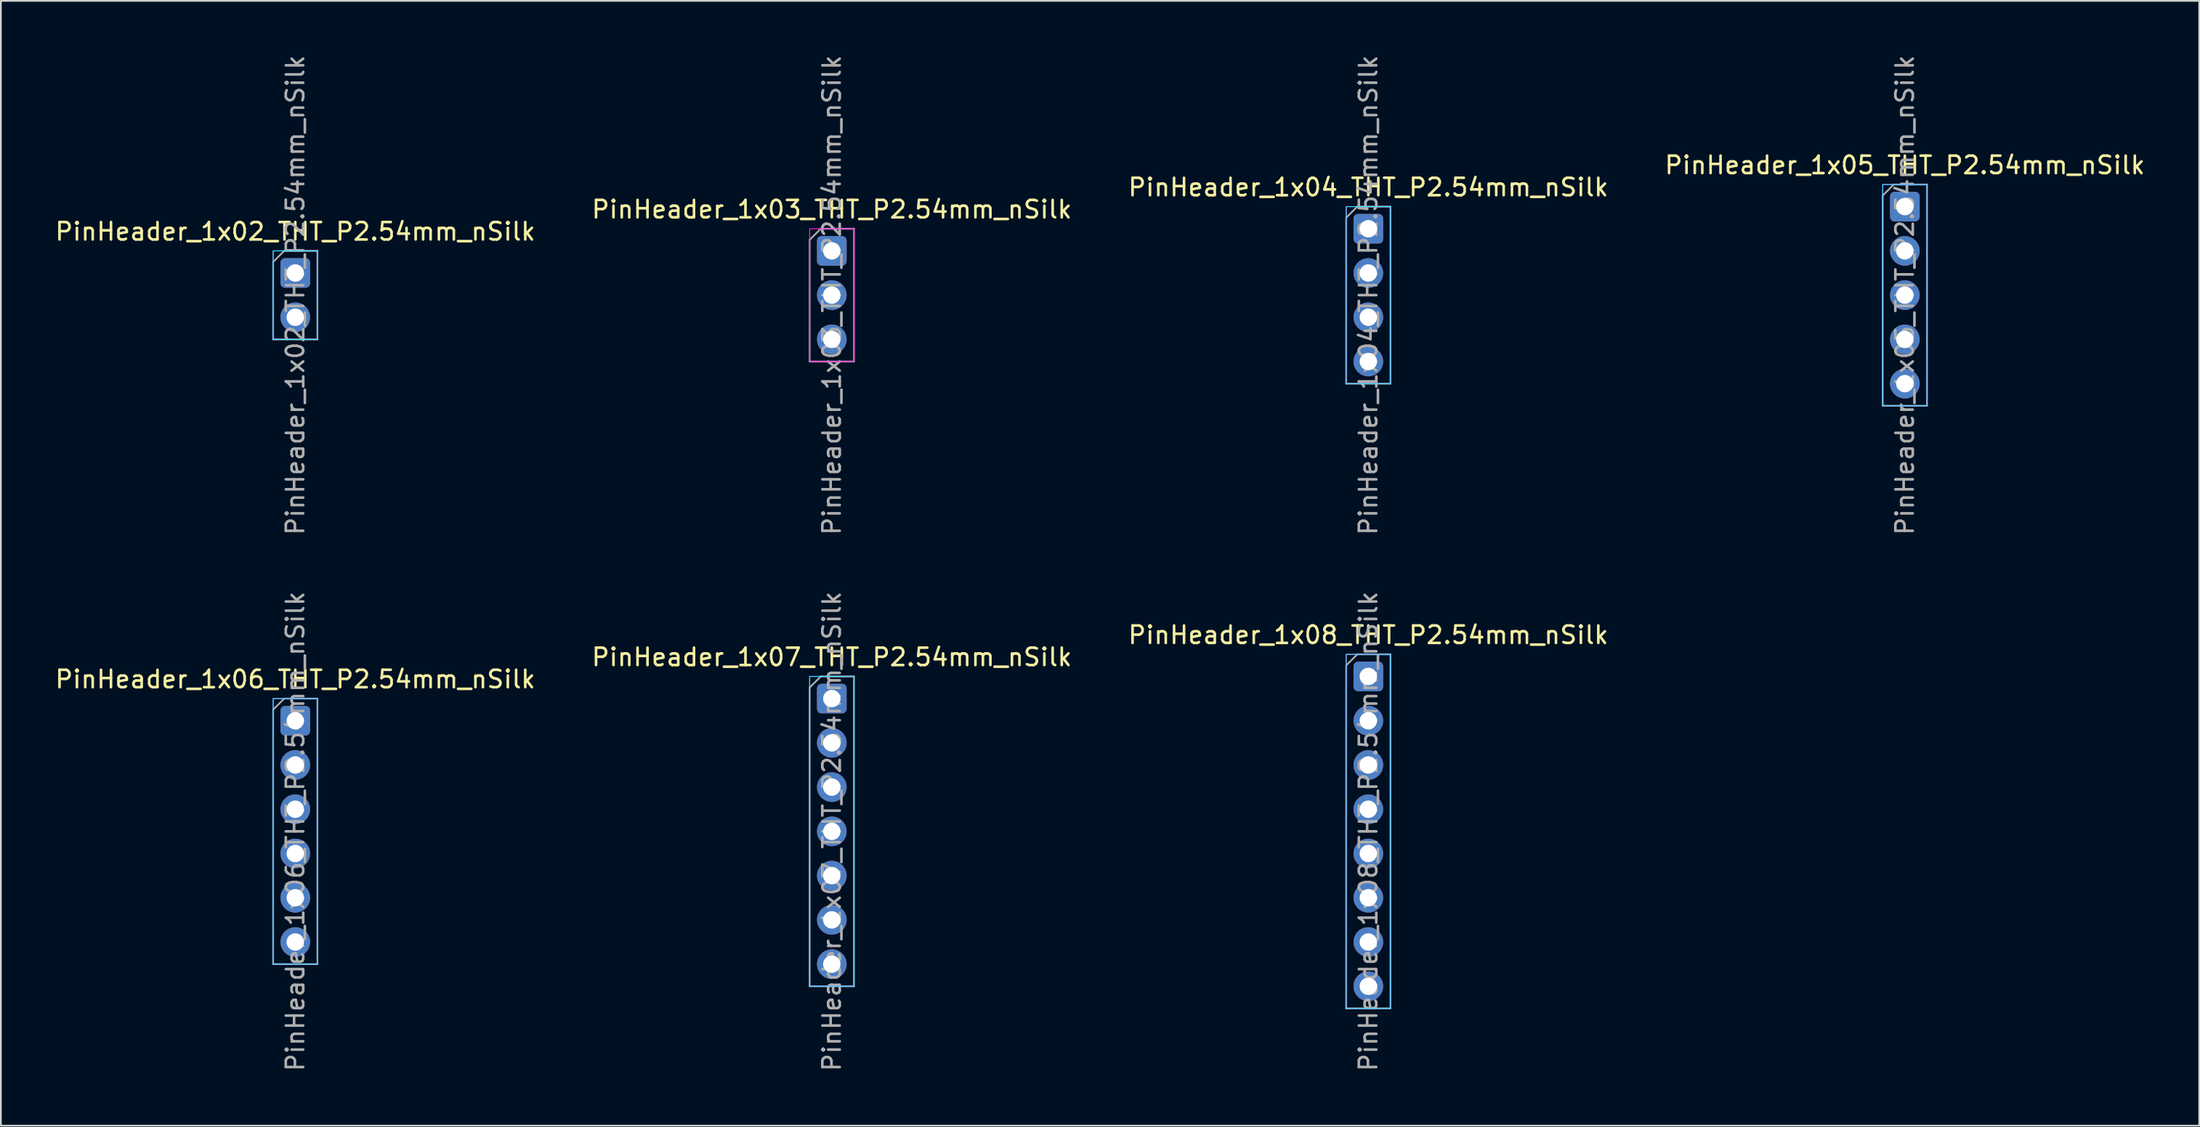
<source format=kicad_pcb>
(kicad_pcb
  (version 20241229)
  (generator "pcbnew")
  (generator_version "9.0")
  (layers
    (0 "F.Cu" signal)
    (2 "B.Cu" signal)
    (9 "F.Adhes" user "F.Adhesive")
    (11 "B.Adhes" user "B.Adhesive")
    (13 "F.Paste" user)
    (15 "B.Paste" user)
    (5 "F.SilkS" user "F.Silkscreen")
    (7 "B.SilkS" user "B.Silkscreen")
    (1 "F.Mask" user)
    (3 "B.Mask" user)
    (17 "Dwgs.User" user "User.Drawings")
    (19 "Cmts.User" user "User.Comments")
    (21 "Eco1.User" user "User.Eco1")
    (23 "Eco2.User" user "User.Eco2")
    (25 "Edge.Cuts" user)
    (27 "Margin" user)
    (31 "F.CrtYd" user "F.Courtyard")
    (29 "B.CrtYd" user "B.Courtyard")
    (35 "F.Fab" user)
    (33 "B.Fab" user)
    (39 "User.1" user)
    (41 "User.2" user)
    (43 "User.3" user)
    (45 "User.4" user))
  (footprint "PinHeader_1x04_THT_P2.54mm_nSilk"
    (layer "F.Cu")
    (at 75.435 10.077)
    (property "Reference" "PinHeader_1x04_THT_P2.54mm_nSilk" (at 0 -2.38 0) (layer "F.SilkS") (effects (font (size 1 1) (thickness 0.15))))
    (attr through_hole)
    (fp_rect (start -1.27 -1.27) (end 1.27 8.89) (stroke (width 0.05) (type default)) (fill no) (layer "B.CrtYd"))
    (fp_rect (start -1.27 -1.27) (end 1.27 8.89) (stroke (width 0.05) (type default)) (fill no) (layer "F.CrtYd"))
    (fp_line (start -1.27 -0.635) (end -0.635 -1.27) (stroke (width 0.1) (type solid)) (layer "F.Fab"))
    (fp_line (start -1.27 8.89) (end -1.27 -0.635) (stroke (width 0.1) (type solid)) (layer "F.Fab"))
    (fp_line (start -0.635 -1.27) (end 1.27 -1.27) (stroke (width 0.1) (type solid)) (layer "F.Fab"))
    (fp_line (start 1.27 -1.27) (end 1.27 8.89) (stroke (width 0.1) (type solid)) (layer "F.Fab"))
    (fp_line (start 1.27 8.89) (end -1.27 8.89) (stroke (width 0.1) (type solid)) (layer "F.Fab"))
    (fp_text user "${REFERENCE}" (at 0 3.81 90) (layer "F.Fab") (effects (font (size 1 1) (thickness 0.15))))
    (pad "1" thru_hole roundrect (at 0 0) (size 1.7 1.7) (drill 1) (layers "*.Cu" "*.Mask") (roundrect_rratio 0.15))
    (pad "2" thru_hole circle (at 0 2.54) (size 1.7 1.7) (drill 1) (layers "*.Cu" "*.Mask"))
    (pad "3" thru_hole circle (at 0 5.08) (size 1.7 1.7) (drill 1) (layers "*.Cu" "*.Mask"))
    (pad "4" thru_hole circle (at 0 7.62) (size 1.7 1.7) (drill 1) (layers "*.Cu" "*.Mask")))
  (footprint "PinHeader_1x05_THT_P2.54mm_nSilk"
    (layer "F.Cu")
    (at 106.208 8.807)
    (property "Reference" "PinHeader_1x05_THT_P2.54mm_nSilk" (at 0 -2.38 0) (layer "F.SilkS") (effects (font (size 1 1) (thickness 0.15))))
    (attr through_hole)
    (fp_rect (start -1.27 -1.27) (end 1.27 11.43) (stroke (width 0.05) (type default)) (fill no) (layer "B.CrtYd"))
    (fp_rect (start -1.27 -1.27) (end 1.27 11.43) (stroke (width 0.05) (type default)) (fill no) (layer "F.CrtYd"))
    (fp_line (start -1.27 -0.635) (end -0.635 -1.27) (stroke (width 0.1) (type solid)) (layer "F.Fab"))
    (fp_line (start -1.27 11.43) (end -1.27 -0.635) (stroke (width 0.1) (type solid)) (layer "F.Fab"))
    (fp_line (start -0.635 -1.27) (end 1.27 -1.27) (stroke (width 0.1) (type solid)) (layer "F.Fab"))
    (fp_line (start 1.27 -1.27) (end 1.27 11.43) (stroke (width 0.1) (type solid)) (layer "F.Fab"))
    (fp_line (start 1.27 11.43) (end -1.27 11.43) (stroke (width 0.1) (type solid)) (layer "F.Fab"))
    (fp_text user "${REFERENCE}" (at 0 5.08 90) (layer "F.Fab") (effects (font (size 1 1) (thickness 0.15))))
    (pad "1" thru_hole roundrect (at 0 0) (size 1.7 1.7) (drill 1) (layers "*.Cu" "*.Mask") (roundrect_rratio 0.15) (chamfer_ratio 0.2) (chamfer))
    (pad "2" thru_hole circle (at 0 2.54) (size 1.7 1.7) (drill 1) (layers "*.Cu" "*.Mask"))
    (pad "3" thru_hole circle (at 0 5.08) (size 1.7 1.7) (drill 1) (layers "*.Cu" "*.Mask"))
    (pad "4" thru_hole circle (at 0 7.62) (size 1.7 1.7) (drill 1) (layers "*.Cu" "*.Mask"))
    (pad "5" thru_hole circle (at 0 10.16) (size 1.7 1.7) (drill 1) (layers "*.Cu" "*.Mask")))
  (footprint "PinHeader_1x03_THT_P2.54mm_nSilk"
    (layer "F.Cu")
    (at 44.661 11.347)
    (property "Reference" "PinHeader_1x03_THT_P2.54mm_nSilk" (at 0 -2.38 0) (layer "F.SilkS") (effects (font (size 1 1) (thickness 0.15))))
    (attr through_hole)
    (fp_rect (start -1.27 -1.27) (end 1.27 6.35) (stroke (width 0.05) (type default)) (fill no) (layer "F.CrtYd"))
    (fp_line (start -1.27 -0.635) (end -0.635 -1.27) (stroke (width 0.1) (type solid)) (layer "F.Fab"))
    (fp_line (start -1.27 6.35) (end -1.27 -0.635) (stroke (width 0.1) (type solid)) (layer "F.Fab"))
    (fp_line (start -0.635 -1.27) (end 1.27 -1.27) (stroke (width 0.1) (type solid)) (layer "F.Fab"))
    (fp_line (start 1.27 -1.27) (end 1.27 6.35) (stroke (width 0.1) (type solid)) (layer "F.Fab"))
    (fp_line (start 1.27 6.35) (end -1.27 6.35) (stroke (width 0.1) (type solid)) (layer "F.Fab"))
    (fp_text user "${REFERENCE}" (at 0 2.54 270) (layer "F.Fab") (effects (font (size 1 1) (thickness 0.15))))
    (pad "1" thru_hole roundrect (at 0 0) (size 1.7 1.7) (drill 1) (layers "*.Cu" "*.Mask") (roundrect_rratio 0.15))
    (pad "2" thru_hole circle (at 0 2.54) (size 1.7 1.7) (drill 1) (layers "*.Cu" "*.Mask"))
    (pad "3" thru_hole circle (at 0 5.08) (size 1.7 1.7) (drill 1) (layers "*.Cu" "*.Mask")))
  (footprint "PinHeader_1x07_THT_P2.54mm_nSilk"
    (layer "F.Cu")
    (at 44.661 37.041)
    (property "Reference" "PinHeader_1x07_THT_P2.54mm_nSilk" (at 0 -2.38 0) (layer "F.SilkS") (effects (font (size 1 1) (thickness 0.15))))
    (attr through_hole)
    (fp_rect (start -1.27 -1.27) (end 1.27 16.51) (stroke (width 0.05) (type default)) (fill no) (layer "B.CrtYd"))
    (fp_rect (start -1.27 -1.27) (end 1.27 16.51) (stroke (width 0.05) (type default)) (fill no) (layer "F.CrtYd"))
    (fp_line (start -1.27 -0.635) (end -0.635 -1.27) (stroke (width 0.1) (type solid)) (layer "F.Fab"))
    (fp_line (start -1.27 16.51) (end -1.27 -0.635) (stroke (width 0.1) (type solid)) (layer "F.Fab"))
    (fp_line (start -0.635 -1.27) (end 1.27 -1.27) (stroke (width 0.1) (type solid)) (layer "F.Fab"))
    (fp_line (start 1.27 -1.27) (end 1.27 16.51) (stroke (width 0.1) (type solid)) (layer "F.Fab"))
    (fp_line (start 1.27 16.51) (end -1.27 16.51) (stroke (width 0.1) (type solid)) (layer "F.Fab"))
    (fp_text user "${REFERENCE}" (at 0 7.62 90) (layer "F.Fab") (effects (font (size 1 1) (thickness 0.15))))
    (pad "1" thru_hole roundrect (at 0 0) (size 1.7 1.7) (drill 1) (layers "*.Cu" "*.Mask") (roundrect_rratio 0.15) (chamfer_ratio 0.2) (chamfer))
    (pad "2" thru_hole circle (at 0 2.54) (size 1.7 1.7) (drill 1) (layers "*.Cu" "*.Mask"))
    (pad "3" thru_hole circle (at 0 5.08) (size 1.7 1.7) (drill 1) (layers "*.Cu" "*.Mask"))
    (pad "4" thru_hole circle (at 0 7.62) (size 1.7 1.7) (drill 1) (layers "*.Cu" "*.Mask"))
    (pad "5" thru_hole circle (at 0 10.16) (size 1.7 1.7) (drill 1) (layers "*.Cu" "*.Mask"))
    (pad "6" thru_hole circle (at 0 12.7) (size 1.7 1.7) (drill 1) (layers "*.Cu" "*.Mask"))
    (pad "7" thru_hole circle (at 0 15.24) (size 1.7 1.7) (drill 1) (layers "*.Cu" "*.Mask")))
  (footprint "PinHeader_1x06_THT_P2.54mm_nSilk"
    (layer "F.Cu")
    (at 13.887 38.311)
    (property "Reference" "PinHeader_1x06_THT_P2.54mm_nSilk" (at 0 -2.38 0) (layer "F.SilkS") (effects (font (size 1 1) (thickness 0.15))))
    (attr through_hole)
    (fp_rect (start -1.27 -1.27) (end 1.27 13.97) (stroke (width 0.05) (type default)) (fill no) (layer "B.CrtYd"))
    (fp_rect (start -1.27 -1.27) (end 1.27 13.97) (stroke (width 0.05) (type default)) (fill no) (layer "F.CrtYd"))
    (fp_line (start -1.27 -0.635) (end -0.635 -1.27) (stroke (width 0.1) (type solid)) (layer "F.Fab"))
    (fp_line (start -1.27 13.97) (end -1.27 -0.635) (stroke (width 0.1) (type solid)) (layer "F.Fab"))
    (fp_line (start -0.635 -1.27) (end 1.27 -1.27) (stroke (width 0.1) (type solid)) (layer "F.Fab"))
    (fp_line (start 1.27 -1.27) (end 1.27 13.97) (stroke (width 0.1) (type solid)) (layer "F.Fab"))
    (fp_line (start 1.27 13.97) (end -1.27 13.97) (stroke (width 0.1) (type solid)) (layer "F.Fab"))
    (fp_text user "${REFERENCE}" (at 0 6.35 90) (layer "F.Fab") (effects (font (size 1 1) (thickness 0.15))))
    (pad "1" thru_hole roundrect (at 0 0) (size 1.7 1.7) (drill 1) (layers "*.Cu" "*.Mask") (roundrect_rratio 0.15) (chamfer_ratio 0.2) (chamfer))
    (pad "2" thru_hole circle (at 0 2.54) (size 1.7 1.7) (drill 1) (layers "*.Cu" "*.Mask"))
    (pad "3" thru_hole circle (at 0 5.08) (size 1.7 1.7) (drill 1) (layers "*.Cu" "*.Mask"))
    (pad "4" thru_hole circle (at 0 7.62) (size 1.7 1.7) (drill 1) (layers "*.Cu" "*.Mask"))
    (pad "5" thru_hole circle (at 0 10.16) (size 1.7 1.7) (drill 1) (layers "*.Cu" "*.Mask"))
    (pad "6" thru_hole circle (at 0 12.7) (size 1.7 1.7) (drill 1) (layers "*.Cu" "*.Mask")))
  (footprint "PinHeader_1x02_THT_P2.54mm_nSilk"
    (layer "F.Cu")
    (at 13.887 12.617)
    (property "Reference" "PinHeader_1x02_THT_P2.54mm_nSilk" (at 0 -2.38 0) (layer "F.SilkS") (effects (font (size 1 1) (thickness 0.15))))
    (attr through_hole)
    (fp_rect (start -1.27 -1.27) (end 1.27 3.81) (stroke (width 0.05) (type default)) (fill no) (layer "B.CrtYd"))
    (fp_rect (start -1.27 -1.27) (end 1.27 3.81) (stroke (width 0.05) (type default)) (fill no) (layer "F.CrtYd"))
    (fp_line (start -1.27 -0.635) (end -0.635 -1.27) (stroke (width 0.1) (type solid)) (layer "F.Fab"))
    (fp_line (start -1.27 3.81) (end -1.27 -0.635) (stroke (width 0.1) (type solid)) (layer "F.Fab"))
    (fp_line (start -0.635 -1.27) (end 1.27 -1.27) (stroke (width 0.1) (type solid)) (layer "F.Fab"))
    (fp_line (start 1.27 -1.27) (end 1.27 3.81) (stroke (width 0.1) (type solid)) (layer "F.Fab"))
    (fp_line (start 1.27 3.81) (end -1.27 3.81) (stroke (width 0.1) (type solid)) (layer "F.Fab"))
    (fp_text user "${REFERENCE}" (at 0 1.27 90) (layer "F.Fab") (effects (font (size 1 1) (thickness 0.15))))
    (pad "1" thru_hole roundrect (at 0 0) (size 1.7 1.7) (drill 1) (layers "*.Cu" "*.Mask") (roundrect_rratio 0.15) (chamfer_ratio 0.2) (chamfer))
    (pad "2" thru_hole circle (at 0 2.54) (size 1.7 1.7) (drill 1) (layers "*.Cu" "*.Mask")))
  (footprint "PinHeader_1x08_THT_P2.54mm_nSilk"
    (layer "F.Cu")
    (at 75.435 35.771)
    (property "Reference" "PinHeader_1x08_THT_P2.54mm_nSilk" (at 0 -2.38 0) (layer "F.SilkS") (effects (font (size 1 1) (thickness 0.15))))
    (attr through_hole)
    (fp_rect (start -1.27 -1.27) (end 1.27 19.05) (stroke (width 0.05) (type default)) (fill no) (layer "B.CrtYd"))
    (fp_rect (start -1.27 -1.27) (end 1.27 19.05) (stroke (width 0.05) (type default)) (fill no) (layer "F.CrtYd"))
    (fp_line (start -1.27 -0.635) (end -0.635 -1.27) (stroke (width 0.1) (type solid)) (layer "F.Fab"))
    (fp_line (start -1.27 19.05) (end -1.27 -0.635) (stroke (width 0.1) (type solid)) (layer "F.Fab"))
    (fp_line (start -0.635 -1.27) (end 1.27 -1.27) (stroke (width 0.1) (type solid)) (layer "F.Fab"))
    (fp_line (start 1.27 -1.27) (end 1.27 19.05) (stroke (width 0.1) (type solid)) (layer "F.Fab"))
    (fp_line (start 1.27 19.05) (end -1.27 19.05) (stroke (width 0.1) (type solid)) (layer "F.Fab"))
    (fp_text user "${REFERENCE}" (at 0 8.89 90) (layer "F.Fab") (effects (font (size 1 1) (thickness 0.15))))
    (pad "1" thru_hole roundrect (at 0 0) (size 1.7 1.7) (drill 1) (layers "*.Cu" "*.Mask") (roundrect_rratio 0.15) (chamfer_ratio 0.2) (chamfer))
    (pad "2" thru_hole circle (at 0 2.54) (size 1.7 1.7) (drill 1) (layers "*.Cu" "*.Mask"))
    (pad "3" thru_hole circle (at 0 5.08) (size 1.7 1.7) (drill 1) (layers "*.Cu" "*.Mask"))
    (pad "4" thru_hole circle (at 0 7.62) (size 1.7 1.7) (drill 1) (layers "*.Cu" "*.Mask"))
    (pad "5" thru_hole circle (at 0 10.16) (size 1.7 1.7) (drill 1) (layers "*.Cu" "*.Mask"))
    (pad "6" thru_hole circle (at 0 12.7) (size 1.7 1.7) (drill 1) (layers "*.Cu" "*.Mask"))
    (pad "7" thru_hole circle (at 0 15.24) (size 1.7 1.7) (drill 1) (layers "*.Cu" "*.Mask"))
    (pad "8" thru_hole circle (at 0 17.78) (size 1.7 1.7) (drill 1) (layers "*.Cu" "*.Mask")))
  (gr_rect
    (start -3 -3)
    (end 123.095 61.548)
    (stroke (width 0.1) (type default))
    (fill no)
    (layer "Edge.Cuts")))
</source>
